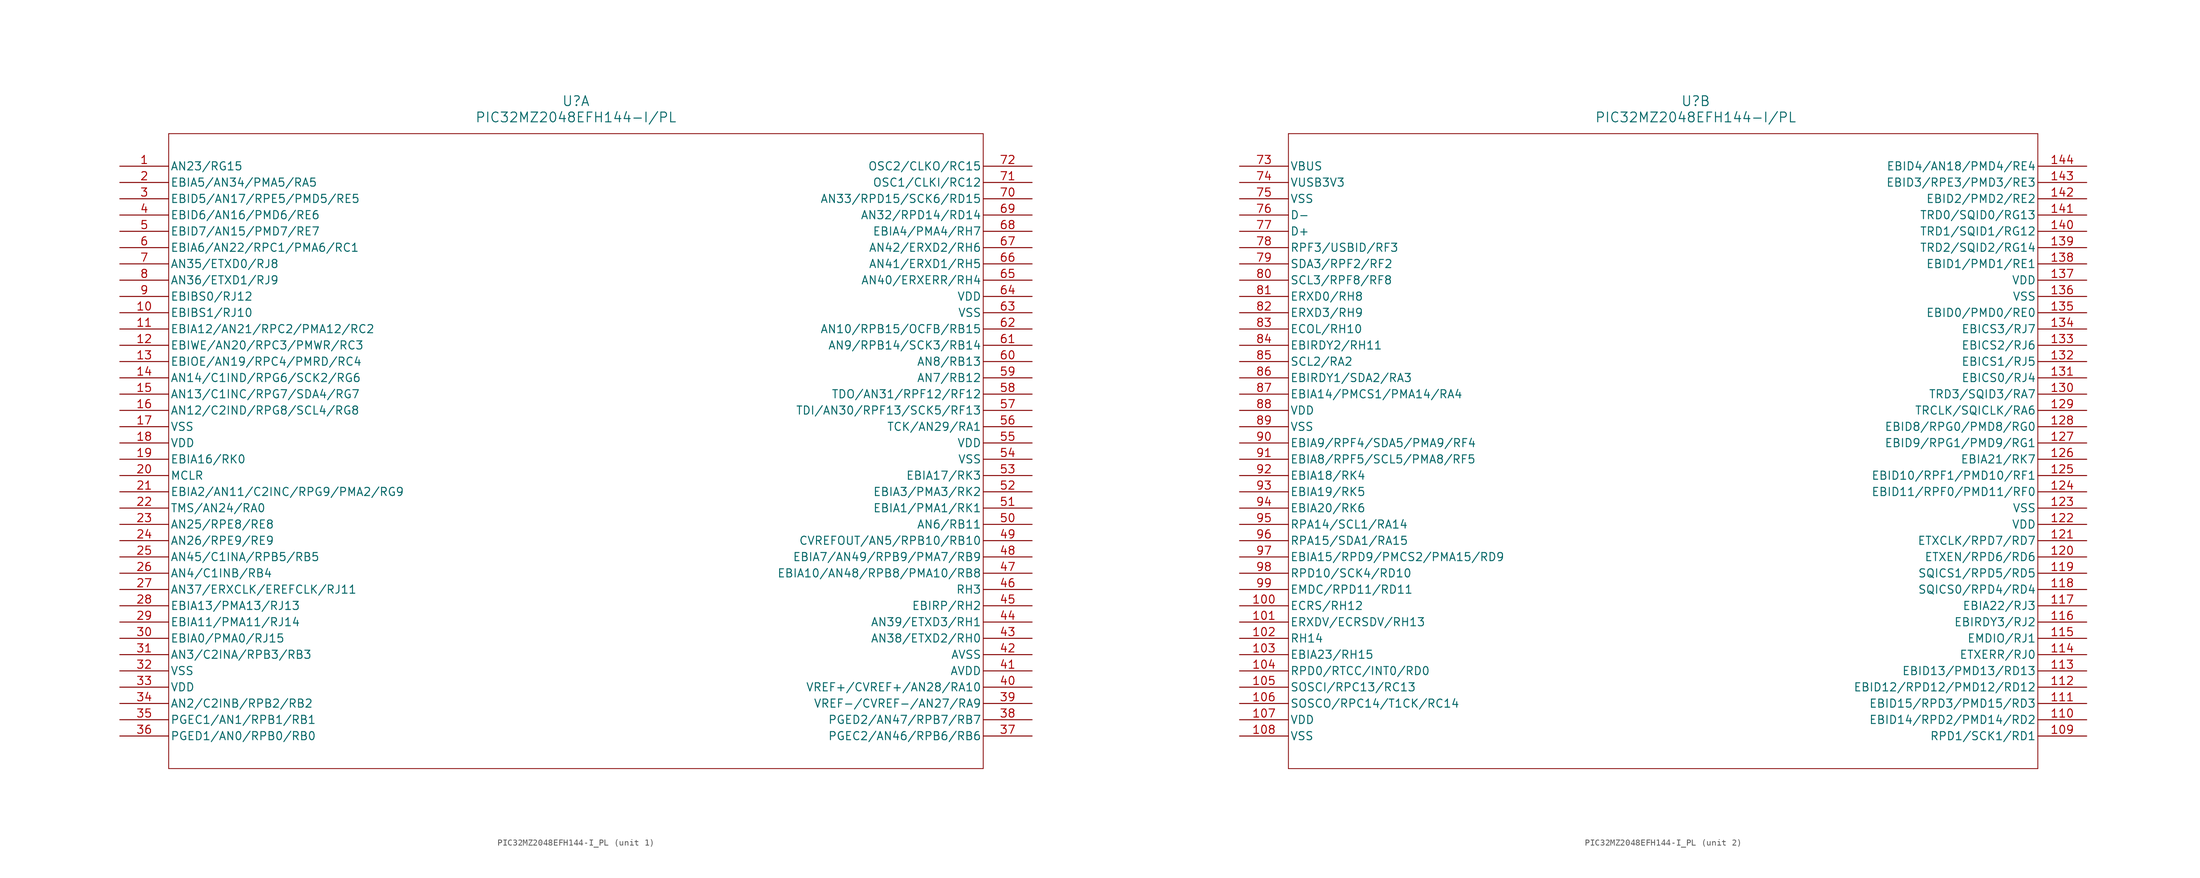
<source format=kicad_sym>
(kicad_symbol_lib
  (version 20211014)
  (generator kicad_symbol_editor)
  (symbol "PIC32MZ2048EFH144-I_PL"
    (pin_names
      (offset 0.254))
    (property "Reference" "U"
      (at 71.12 10.16 0)
      (effects (font (size 1.524 1.524))))
    (property "Value" "PIC32MZ2048EFH144-I/PL"
      (at 71.12 7.62 0)
      (effects (font (size 1.524 1.524))))
    (symbol "PIC32MZ2048EFH144-I_PL_1_1"
      (polyline (pts (xy 7.62 5.08) (xy 7.62 -93.98)) (stroke (width 0.127) (type default) (color 0 0 0 0)) (fill (type none)))
      (polyline (pts (xy 7.62 -93.98) (xy 134.62 -93.98)) (stroke (width 0.127) (type default) (color 0 0 0 0)) (fill (type none)))
      (polyline (pts (xy 134.62 -93.98) (xy 134.62 5.08)) (stroke (width 0.127) (type default) (color 0 0 0 0)) (fill (type none)))
      (polyline (pts (xy 134.62 5.08) (xy 7.62 5.08)) (stroke (width 0.127) (type default) (color 0 0 0 0)) (fill (type none)))
      (pin bidirectional line (at 0 0 0) (length 7.62) (name "AN23/RG15" (effects (font (size 1.27 1.27)))) (number "1" (effects (font (size 1.27 1.27)))))
      (pin bidirectional line (at 0 -2.54 0) (length 7.62) (name "EBIA5/AN34/PMA5/RA5" (effects (font (size 1.27 1.27)))) (number "2" (effects (font (size 1.27 1.27)))))
      (pin bidirectional line (at 0 -5.08 0) (length 7.62) (name "EBID5/AN17/RPE5/PMD5/RE5" (effects (font (size 1.27 1.27)))) (number "3" (effects (font (size 1.27 1.27)))))
      (pin bidirectional line (at 0 -7.62 0) (length 7.62) (name "EBID6/AN16/PMD6/RE6" (effects (font (size 1.27 1.27)))) (number "4" (effects (font (size 1.27 1.27)))))
      (pin bidirectional line (at 0 -10.16 0) (length 7.62) (name "EBID7/AN15/PMD7/RE7" (effects (font (size 1.27 1.27)))) (number "5" (effects (font (size 1.27 1.27)))))
      (pin bidirectional line (at 0 -12.7 0) (length 7.62) (name "EBIA6/AN22/RPC1/PMA6/RC1" (effects (font (size 1.27 1.27)))) (number "6" (effects (font (size 1.27 1.27)))))
      (pin bidirectional line (at 0 -15.24 0) (length 7.62) (name "AN35/ETXD0/RJ8" (effects (font (size 1.27 1.27)))) (number "7" (effects (font (size 1.27 1.27)))))
      (pin bidirectional line (at 0 -17.78 0) (length 7.62) (name "AN36/ETXD1/RJ9" (effects (font (size 1.27 1.27)))) (number "8" (effects (font (size 1.27 1.27)))))
      (pin bidirectional line (at 0 -20.32 0) (length 7.62) (name "EBIBS0/RJ12" (effects (font (size 1.27 1.27)))) (number "9" (effects (font (size 1.27 1.27)))))
      (pin bidirectional line (at 0 -22.86 0) (length 7.62) (name "EBIBS1/RJ10" (effects (font (size 1.27 1.27)))) (number "10" (effects (font (size 1.27 1.27)))))
      (pin bidirectional line (at 0 -25.4 0) (length 7.62) (name "EBIA12/AN21/RPC2/PMA12/RC2" (effects (font (size 1.27 1.27)))) (number "11" (effects (font (size 1.27 1.27)))))
      (pin unspecified line (at 0 -27.94 0) (length 7.62) (name "EBIWE/AN20/RPC3/PMWR/RC3" (effects (font (size 1.27 1.27)))) (number "12" (effects (font (size 1.27 1.27)))))
      (pin unspecified line (at 0 -30.48 0) (length 7.62) (name "EBIOE/AN19/RPC4/PMRD/RC4" (effects (font (size 1.27 1.27)))) (number "13" (effects (font (size 1.27 1.27)))))
      (pin input line (at 0 -33.02 0) (length 7.62) (name "AN14/C1IND/RPG6/SCK2/RG6" (effects (font (size 1.27 1.27)))) (number "14" (effects (font (size 1.27 1.27)))))
      (pin input line (at 0 -35.56 0) (length 7.62) (name "AN13/C1INC/RPG7/SDA4/RG7" (effects (font (size 1.27 1.27)))) (number "15" (effects (font (size 1.27 1.27)))))
      (pin input line (at 0 -38.1 0) (length 7.62) (name "AN12/C2IND/RPG8/SCL4/RG8" (effects (font (size 1.27 1.27)))) (number "16" (effects (font (size 1.27 1.27)))))
      (pin power_out line (at 0 -40.64 0) (length 7.62) (name "VSS" (effects (font (size 1.27 1.27)))) (number "17" (effects (font (size 1.27 1.27)))))
      (pin power_in line (at 0 -43.18 0) (length 7.62) (name "VDD" (effects (font (size 1.27 1.27)))) (number "18" (effects (font (size 1.27 1.27)))))
      (pin bidirectional line (at 0 -45.72 0) (length 7.62) (name "EBIA16/RK0" (effects (font (size 1.27 1.27)))) (number "19" (effects (font (size 1.27 1.27)))))
      (pin unspecified line (at 0 -48.26 0) (length 7.62) (name "MCLR" (effects (font (size 1.27 1.27)))) (number "20" (effects (font (size 1.27 1.27)))))
      (pin input line (at 0 -50.8 0) (length 7.62) (name "EBIA2/AN11/C2INC/RPG9/PMA2/RG9" (effects (font (size 1.27 1.27)))) (number "21" (effects (font (size 1.27 1.27)))))
      (pin unspecified line (at 0 -53.34 0) (length 7.62) (name "TMS/AN24/RA0" (effects (font (size 1.27 1.27)))) (number "22" (effects (font (size 1.27 1.27)))))
      (pin bidirectional line (at 0 -55.88 0) (length 7.62) (name "AN25/RPE8/RE8" (effects (font (size 1.27 1.27)))) (number "23" (effects (font (size 1.27 1.27)))))
      (pin bidirectional line (at 0 -58.42 0) (length 7.62) (name "AN26/RPE9/RE9" (effects (font (size 1.27 1.27)))) (number "24" (effects (font (size 1.27 1.27)))))
      (pin input line (at 0 -60.96 0) (length 7.62) (name "AN45/C1INA/RPB5/RB5" (effects (font (size 1.27 1.27)))) (number "25" (effects (font (size 1.27 1.27)))))
      (pin input line (at 0 -63.5 0) (length 7.62) (name "AN4/C1INB/RB4" (effects (font (size 1.27 1.27)))) (number "26" (effects (font (size 1.27 1.27)))))
      (pin bidirectional line (at 0 -66.04 0) (length 7.62) (name "AN37/ERXCLK/EREFCLK/RJ11" (effects (font (size 1.27 1.27)))) (number "27" (effects (font (size 1.27 1.27)))))
      (pin bidirectional line (at 0 -68.58 0) (length 7.62) (name "EBIA13/PMA13/RJ13" (effects (font (size 1.27 1.27)))) (number "28" (effects (font (size 1.27 1.27)))))
      (pin bidirectional line (at 0 -71.12 0) (length 7.62) (name "EBIA11/PMA11/RJ14" (effects (font (size 1.27 1.27)))) (number "29" (effects (font (size 1.27 1.27)))))
      (pin bidirectional line (at 0 -73.66 0) (length 7.62) (name "EBIA0/PMA0/RJ15" (effects (font (size 1.27 1.27)))) (number "30" (effects (font (size 1.27 1.27)))))
      (pin input line (at 0 -76.2 0) (length 7.62) (name "AN3/C2INA/RPB3/RB3" (effects (font (size 1.27 1.27)))) (number "31" (effects (font (size 1.27 1.27)))))
      (pin power_out line (at 0 -78.74 0) (length 7.62) (name "VSS" (effects (font (size 1.27 1.27)))) (number "32" (effects (font (size 1.27 1.27)))))
      (pin power_in line (at 0 -81.28 0) (length 7.62) (name "VDD" (effects (font (size 1.27 1.27)))) (number "33" (effects (font (size 1.27 1.27)))))
      (pin input line (at 0 -83.82 0) (length 7.62) (name "AN2/C2INB/RPB2/RB2" (effects (font (size 1.27 1.27)))) (number "34" (effects (font (size 1.27 1.27)))))
      (pin bidirectional line (at 0 -86.36 0) (length 7.62) (name "PGEC1/AN1/RPB1/RB1" (effects (font (size 1.27 1.27)))) (number "35" (effects (font (size 1.27 1.27)))))
      (pin bidirectional line (at 0 -88.9 0) (length 7.62) (name "PGED1/AN0/RPB0/RB0" (effects (font (size 1.27 1.27)))) (number "36" (effects (font (size 1.27 1.27)))))
      (pin bidirectional line (at 142.24 -88.9 180) (length 7.62) (name "PGEC2/AN46/RPB6/RB6" (effects (font (size 1.27 1.27)))) (number "37" (effects (font (size 1.27 1.27)))))
      (pin bidirectional line (at 142.24 -86.36 180) (length 7.62) (name "PGED2/AN47/RPB7/RB7" (effects (font (size 1.27 1.27)))) (number "38" (effects (font (size 1.27 1.27)))))
      (pin power_in line (at 142.24 -83.82 180) (length 7.62) (name "VREF-/CVREF-/AN27/RA9" (effects (font (size 1.27 1.27)))) (number "39" (effects (font (size 1.27 1.27)))))
      (pin power_in line (at 142.24 -81.28 180) (length 7.62) (name "VREF+/CVREF+/AN28/RA10" (effects (font (size 1.27 1.27)))) (number "40" (effects (font (size 1.27 1.27)))))
      (pin power_in line (at 142.24 -78.74 180) (length 7.62) (name "AVDD" (effects (font (size 1.27 1.27)))) (number "41" (effects (font (size 1.27 1.27)))))
      (pin power_out line (at 142.24 -76.2 180) (length 7.62) (name "AVSS" (effects (font (size 1.27 1.27)))) (number "42" (effects (font (size 1.27 1.27)))))
      (pin bidirectional line (at 142.24 -73.66 180) (length 7.62) (name "AN38/ETXD2/RH0" (effects (font (size 1.27 1.27)))) (number "43" (effects (font (size 1.27 1.27)))))
      (pin bidirectional line (at 142.24 -71.12 180) (length 7.62) (name "AN39/ETXD3/RH1" (effects (font (size 1.27 1.27)))) (number "44" (effects (font (size 1.27 1.27)))))
      (pin unspecified line (at 142.24 -68.58 180) (length 7.62) (name "EBIRP/RH2" (effects (font (size 1.27 1.27)))) (number "45" (effects (font (size 1.27 1.27)))))
      (pin bidirectional line (at 142.24 -66.04 180) (length 7.62) (name "RH3" (effects (font (size 1.27 1.27)))) (number "46" (effects (font (size 1.27 1.27)))))
      (pin bidirectional line (at 142.24 -63.5 180) (length 7.62) (name "EBIA10/AN48/RPB8/PMA10/RB8" (effects (font (size 1.27 1.27)))) (number "47" (effects (font (size 1.27 1.27)))))
      (pin bidirectional line (at 142.24 -60.96 180) (length 7.62) (name "EBIA7/AN49/RPB9/PMA7/RB9" (effects (font (size 1.27 1.27)))) (number "48" (effects (font (size 1.27 1.27)))))
      (pin output line (at 142.24 -58.42 180) (length 7.62) (name "CVREFOUT/AN5/RPB10/RB10" (effects (font (size 1.27 1.27)))) (number "49" (effects (font (size 1.27 1.27)))))
      (pin bidirectional line (at 142.24 -55.88 180) (length 7.62) (name "AN6/RB11" (effects (font (size 1.27 1.27)))) (number "50" (effects (font (size 1.27 1.27)))))
      (pin bidirectional line (at 142.24 -53.34 180) (length 7.62) (name "EBIA1/PMA1/RK1" (effects (font (size 1.27 1.27)))) (number "51" (effects (font (size 1.27 1.27)))))
      (pin bidirectional line (at 142.24 -50.8 180) (length 7.62) (name "EBIA3/PMA3/RK2" (effects (font (size 1.27 1.27)))) (number "52" (effects (font (size 1.27 1.27)))))
      (pin bidirectional line (at 142.24 -48.26 180) (length 7.62) (name "EBIA17/RK3" (effects (font (size 1.27 1.27)))) (number "53" (effects (font (size 1.27 1.27)))))
      (pin power_out line (at 142.24 -45.72 180) (length 7.62) (name "VSS" (effects (font (size 1.27 1.27)))) (number "54" (effects (font (size 1.27 1.27)))))
      (pin power_in line (at 142.24 -43.18 180) (length 7.62) (name "VDD" (effects (font (size 1.27 1.27)))) (number "55" (effects (font (size 1.27 1.27)))))
      (pin unspecified line (at 142.24 -40.64 180) (length 7.62) (name "TCK/AN29/RA1" (effects (font (size 1.27 1.27)))) (number "56" (effects (font (size 1.27 1.27)))))
      (pin unspecified line (at 142.24 -38.1 180) (length 7.62) (name "TDI/AN30/RPF13/SCK5/RF13" (effects (font (size 1.27 1.27)))) (number "57" (effects (font (size 1.27 1.27)))))
      (pin unspecified line (at 142.24 -35.56 180) (length 7.62) (name "TDO/AN31/RPF12/RF12" (effects (font (size 1.27 1.27)))) (number "58" (effects (font (size 1.27 1.27)))))
      (pin bidirectional line (at 142.24 -33.02 180) (length 7.62) (name "AN7/RB12" (effects (font (size 1.27 1.27)))) (number "59" (effects (font (size 1.27 1.27)))))
      (pin bidirectional line (at 142.24 -30.48 180) (length 7.62) (name "AN8/RB13" (effects (font (size 1.27 1.27)))) (number "60" (effects (font (size 1.27 1.27)))))
      (pin bidirectional line (at 142.24 -27.94 180) (length 7.62) (name "AN9/RPB14/SCK3/RB14" (effects (font (size 1.27 1.27)))) (number "61" (effects (font (size 1.27 1.27)))))
      (pin bidirectional line (at 142.24 -25.4 180) (length 7.62) (name "AN10/RPB15/OCFB/RB15" (effects (font (size 1.27 1.27)))) (number "62" (effects (font (size 1.27 1.27)))))
      (pin power_out line (at 142.24 -22.86 180) (length 7.62) (name "VSS" (effects (font (size 1.27 1.27)))) (number "63" (effects (font (size 1.27 1.27)))))
      (pin power_in line (at 142.24 -20.32 180) (length 7.62) (name "VDD" (effects (font (size 1.27 1.27)))) (number "64" (effects (font (size 1.27 1.27)))))
      (pin bidirectional line (at 142.24 -17.78 180) (length 7.62) (name "AN40/ERXERR/RH4" (effects (font (size 1.27 1.27)))) (number "65" (effects (font (size 1.27 1.27)))))
      (pin bidirectional line (at 142.24 -15.24 180) (length 7.62) (name "AN41/ERXD1/RH5" (effects (font (size 1.27 1.27)))) (number "66" (effects (font (size 1.27 1.27)))))
      (pin bidirectional line (at 142.24 -12.7 180) (length 7.62) (name "AN42/ERXD2/RH6" (effects (font (size 1.27 1.27)))) (number "67" (effects (font (size 1.27 1.27)))))
      (pin bidirectional line (at 142.24 -10.16 180) (length 7.62) (name "EBIA4/PMA4/RH7" (effects (font (size 1.27 1.27)))) (number "68" (effects (font (size 1.27 1.27)))))
      (pin bidirectional line (at 142.24 -7.62 180) (length 7.62) (name "AN32/RPD14/RD14" (effects (font (size 1.27 1.27)))) (number "69" (effects (font (size 1.27 1.27)))))
      (pin bidirectional line (at 142.24 -5.08 180) (length 7.62) (name "AN33/RPD15/SCK6/RD15" (effects (font (size 1.27 1.27)))) (number "70" (effects (font (size 1.27 1.27)))))
      (pin bidirectional line (at 142.24 -2.54 180) (length 7.62) (name "OSC1/CLKI/RC12" (effects (font (size 1.27 1.27)))) (number "71" (effects (font (size 1.27 1.27)))))
      (pin bidirectional line (at 142.24 0 180) (length 7.62) (name "OSC2/CLKO/RC15" (effects (font (size 1.27 1.27)))) (number "72" (effects (font (size 1.27 1.27))))))
    (symbol "PIC32MZ2048EFH144-I_PL_2_1"
      (polyline (pts (xy 7.62 5.08) (xy 7.62 -93.98)) (stroke (width 0.127) (type default) (color 0 0 0 0)) (fill (type none)))
      (polyline (pts (xy 7.62 -93.98) (xy 124.46 -93.98)) (stroke (width 0.127) (type default) (color 0 0 0 0)) (fill (type none)))
      (polyline (pts (xy 124.46 -93.98) (xy 124.46 5.08)) (stroke (width 0.127) (type default) (color 0 0 0 0)) (fill (type none)))
      (polyline (pts (xy 124.46 5.08) (xy 7.62 5.08)) (stroke (width 0.127) (type default) (color 0 0 0 0)) (fill (type none)))
      (pin unspecified line (at 0 0 0) (length 7.62) (name "VBUS" (effects (font (size 1.27 1.27)))) (number "73" (effects (font (size 1.27 1.27)))))
      (pin unspecified line (at 0 -2.54 0) (length 7.62) (name "VUSB3V3" (effects (font (size 1.27 1.27)))) (number "74" (effects (font (size 1.27 1.27)))))
      (pin power_out line (at 0 -5.08 0) (length 7.62) (name "VSS" (effects (font (size 1.27 1.27)))) (number "75" (effects (font (size 1.27 1.27)))))
      (pin unspecified line (at 0 -7.62 0) (length 7.62) (name "D-" (effects (font (size 1.27 1.27)))) (number "76" (effects (font (size 1.27 1.27)))))
      (pin unspecified line (at 0 -10.16 0) (length 7.62) (name "D+" (effects (font (size 1.27 1.27)))) (number "77" (effects (font (size 1.27 1.27)))))
      (pin unspecified line (at 0 -12.7 0) (length 7.62) (name "RPF3/USBID/RF3" (effects (font (size 1.27 1.27)))) (number "78" (effects (font (size 1.27 1.27)))))
      (pin unspecified line (at 0 -15.24 0) (length 7.62) (name "SDA3/RPF2/RF2" (effects (font (size 1.27 1.27)))) (number "79" (effects (font (size 1.27 1.27)))))
      (pin bidirectional line (at 0 -17.78 0) (length 7.62) (name "SCL3/RPF8/RF8" (effects (font (size 1.27 1.27)))) (number "80" (effects (font (size 1.27 1.27)))))
      (pin bidirectional line (at 0 -20.32 0) (length 7.62) (name "ERXD0/RH8" (effects (font (size 1.27 1.27)))) (number "81" (effects (font (size 1.27 1.27)))))
      (pin bidirectional line (at 0 -22.86 0) (length 7.62) (name "ERXD3/RH9" (effects (font (size 1.27 1.27)))) (number "82" (effects (font (size 1.27 1.27)))))
      (pin unspecified line (at 0 -25.4 0) (length 7.62) (name "ECOL/RH10" (effects (font (size 1.27 1.27)))) (number "83" (effects (font (size 1.27 1.27)))))
      (pin bidirectional line (at 0 -27.94 0) (length 7.62) (name "EBIRDY2/RH11" (effects (font (size 1.27 1.27)))) (number "84" (effects (font (size 1.27 1.27)))))
      (pin bidirectional line (at 0 -30.48 0) (length 7.62) (name "SCL2/RA2" (effects (font (size 1.27 1.27)))) (number "85" (effects (font (size 1.27 1.27)))))
      (pin bidirectional line (at 0 -33.02 0) (length 7.62) (name "EBIRDY1/SDA2/RA3" (effects (font (size 1.27 1.27)))) (number "86" (effects (font (size 1.27 1.27)))))
      (pin bidirectional line (at 0 -35.56 0) (length 7.62) (name "EBIA14/PMCS1/PMA14/RA4" (effects (font (size 1.27 1.27)))) (number "87" (effects (font (size 1.27 1.27)))))
      (pin power_in line (at 0 -38.1 0) (length 7.62) (name "VDD" (effects (font (size 1.27 1.27)))) (number "88" (effects (font (size 1.27 1.27)))))
      (pin power_out line (at 0 -40.64 0) (length 7.62) (name "VSS" (effects (font (size 1.27 1.27)))) (number "89" (effects (font (size 1.27 1.27)))))
      (pin bidirectional line (at 0 -43.18 0) (length 7.62) (name "EBIA9/RPF4/SDA5/PMA9/RF4" (effects (font (size 1.27 1.27)))) (number "90" (effects (font (size 1.27 1.27)))))
      (pin bidirectional line (at 0 -45.72 0) (length 7.62) (name "EBIA8/RPF5/SCL5/PMA8/RF5" (effects (font (size 1.27 1.27)))) (number "91" (effects (font (size 1.27 1.27)))))
      (pin bidirectional line (at 0 -48.26 0) (length 7.62) (name "EBIA18/RK4" (effects (font (size 1.27 1.27)))) (number "92" (effects (font (size 1.27 1.27)))))
      (pin bidirectional line (at 0 -50.8 0) (length 7.62) (name "EBIA19/RK5" (effects (font (size 1.27 1.27)))) (number "93" (effects (font (size 1.27 1.27)))))
      (pin bidirectional line (at 0 -53.34 0) (length 7.62) (name "EBIA20/RK6" (effects (font (size 1.27 1.27)))) (number "94" (effects (font (size 1.27 1.27)))))
      (pin bidirectional line (at 0 -55.88 0) (length 7.62) (name "RPA14/SCL1/RA14" (effects (font (size 1.27 1.27)))) (number "95" (effects (font (size 1.27 1.27)))))
      (pin bidirectional line (at 0 -58.42 0) (length 7.62) (name "RPA15/SDA1/RA15" (effects (font (size 1.27 1.27)))) (number "96" (effects (font (size 1.27 1.27)))))
      (pin bidirectional line (at 0 -60.96 0) (length 7.62) (name "EBIA15/RPD9/PMCS2/PMA15/RD9" (effects (font (size 1.27 1.27)))) (number "97" (effects (font (size 1.27 1.27)))))
      (pin bidirectional line (at 0 -63.5 0) (length 7.62) (name "RPD10/SCK4/RD10" (effects (font (size 1.27 1.27)))) (number "98" (effects (font (size 1.27 1.27)))))
      (pin bidirectional line (at 0 -66.04 0) (length 7.62) (name "EMDC/RPD11/RD11" (effects (font (size 1.27 1.27)))) (number "99" (effects (font (size 1.27 1.27)))))
      (pin unspecified line (at 0 -68.58 0) (length 7.62) (name "ECRS/RH12" (effects (font (size 1.27 1.27)))) (number "100" (effects (font (size 1.27 1.27)))))
      (pin unspecified line (at 0 -71.12 0) (length 7.62) (name "ERXDV/ECRSDV/RH13" (effects (font (size 1.27 1.27)))) (number "101" (effects (font (size 1.27 1.27)))))
      (pin bidirectional line (at 0 -73.66 0) (length 7.62) (name "RH14" (effects (font (size 1.27 1.27)))) (number "102" (effects (font (size 1.27 1.27)))))
      (pin bidirectional line (at 0 -76.2 0) (length 7.62) (name "EBIA23/RH15" (effects (font (size 1.27 1.27)))) (number "103" (effects (font (size 1.27 1.27)))))
      (pin bidirectional line (at 0 -78.74 0) (length 7.62) (name "RPD0/RTCC/INT0/RD0" (effects (font (size 1.27 1.27)))) (number "104" (effects (font (size 1.27 1.27)))))
      (pin unspecified line (at 0 -81.28 0) (length 7.62) (name "SOSCI/RPC13/RC13" (effects (font (size 1.27 1.27)))) (number "105" (effects (font (size 1.27 1.27)))))
      (pin unspecified line (at 0 -83.82 0) (length 7.62) (name "SOSCO/RPC14/T1CK/RC14" (effects (font (size 1.27 1.27)))) (number "106" (effects (font (size 1.27 1.27)))))
      (pin power_in line (at 0 -86.36 0) (length 7.62) (name "VDD" (effects (font (size 1.27 1.27)))) (number "107" (effects (font (size 1.27 1.27)))))
      (pin power_out line (at 0 -88.9 0) (length 7.62) (name "VSS" (effects (font (size 1.27 1.27)))) (number "108" (effects (font (size 1.27 1.27)))))
      (pin bidirectional line (at 132.08 -88.9 180) (length 7.62) (name "RPD1/SCK1/RD1" (effects (font (size 1.27 1.27)))) (number "109" (effects (font (size 1.27 1.27)))))
      (pin bidirectional line (at 132.08 -86.36 180) (length 7.62) (name "EBID14/RPD2/PMD14/RD2" (effects (font (size 1.27 1.27)))) (number "110" (effects (font (size 1.27 1.27)))))
      (pin bidirectional line (at 132.08 -83.82 180) (length 7.62) (name "EBID15/RPD3/PMD15/RD3" (effects (font (size 1.27 1.27)))) (number "111" (effects (font (size 1.27 1.27)))))
      (pin bidirectional line (at 132.08 -81.28 180) (length 7.62) (name "EBID12/RPD12/PMD12/RD12" (effects (font (size 1.27 1.27)))) (number "112" (effects (font (size 1.27 1.27)))))
      (pin bidirectional line (at 132.08 -78.74 180) (length 7.62) (name "EBID13/PMD13/RD13" (effects (font (size 1.27 1.27)))) (number "113" (effects (font (size 1.27 1.27)))))
      (pin unspecified line (at 132.08 -76.2 180) (length 7.62) (name "ETXERR/RJ0" (effects (font (size 1.27 1.27)))) (number "114" (effects (font (size 1.27 1.27)))))
      (pin unspecified line (at 132.08 -73.66 180) (length 7.62) (name "EMDIO/RJ1" (effects (font (size 1.27 1.27)))) (number "115" (effects (font (size 1.27 1.27)))))
      (pin bidirectional line (at 132.08 -71.12 180) (length 7.62) (name "EBIRDY3/RJ2" (effects (font (size 1.27 1.27)))) (number "116" (effects (font (size 1.27 1.27)))))
      (pin bidirectional line (at 132.08 -68.58 180) (length 7.62) (name "EBIA22/RJ3" (effects (font (size 1.27 1.27)))) (number "117" (effects (font (size 1.27 1.27)))))
      (pin bidirectional line (at 132.08 -66.04 180) (length 7.62) (name "SQICS0/RPD4/RD4" (effects (font (size 1.27 1.27)))) (number "118" (effects (font (size 1.27 1.27)))))
      (pin bidirectional line (at 132.08 -63.5 180) (length 7.62) (name "SQICS1/RPD5/RD5" (effects (font (size 1.27 1.27)))) (number "119" (effects (font (size 1.27 1.27)))))
      (pin bidirectional line (at 132.08 -60.96 180) (length 7.62) (name "ETXEN/RPD6/RD6" (effects (font (size 1.27 1.27)))) (number "120" (effects (font (size 1.27 1.27)))))
      (pin bidirectional line (at 132.08 -58.42 180) (length 7.62) (name "ETXCLK/RPD7/RD7" (effects (font (size 1.27 1.27)))) (number "121" (effects (font (size 1.27 1.27)))))
      (pin power_in line (at 132.08 -55.88 180) (length 7.62) (name "VDD" (effects (font (size 1.27 1.27)))) (number "122" (effects (font (size 1.27 1.27)))))
      (pin power_out line (at 132.08 -53.34 180) (length 7.62) (name "VSS" (effects (font (size 1.27 1.27)))) (number "123" (effects (font (size 1.27 1.27)))))
      (pin bidirectional line (at 132.08 -50.8 180) (length 7.62) (name "EBID11/RPF0/PMD11/RF0" (effects (font (size 1.27 1.27)))) (number "124" (effects (font (size 1.27 1.27)))))
      (pin bidirectional line (at 132.08 -48.26 180) (length 7.62) (name "EBID10/RPF1/PMD10/RF1" (effects (font (size 1.27 1.27)))) (number "125" (effects (font (size 1.27 1.27)))))
      (pin bidirectional line (at 132.08 -45.72 180) (length 7.62) (name "EBIA21/RK7" (effects (font (size 1.27 1.27)))) (number "126" (effects (font (size 1.27 1.27)))))
      (pin bidirectional line (at 132.08 -43.18 180) (length 7.62) (name "EBID9/RPG1/PMD9/RG1" (effects (font (size 1.27 1.27)))) (number "127" (effects (font (size 1.27 1.27)))))
      (pin bidirectional line (at 132.08 -40.64 180) (length 7.62) (name "EBID8/RPG0/PMD8/RG0" (effects (font (size 1.27 1.27)))) (number "128" (effects (font (size 1.27 1.27)))))
      (pin unspecified line (at 132.08 -38.1 180) (length 7.62) (name "TRCLK/SQICLK/RA6" (effects (font (size 1.27 1.27)))) (number "129" (effects (font (size 1.27 1.27)))))
      (pin bidirectional line (at 132.08 -35.56 180) (length 7.62) (name "TRD3/SQID3/RA7" (effects (font (size 1.27 1.27)))) (number "130" (effects (font (size 1.27 1.27)))))
      (pin bidirectional line (at 132.08 -33.02 180) (length 7.62) (name "EBICS0/RJ4" (effects (font (size 1.27 1.27)))) (number "131" (effects (font (size 1.27 1.27)))))
      (pin bidirectional line (at 132.08 -30.48 180) (length 7.62) (name "EBICS1/RJ5" (effects (font (size 1.27 1.27)))) (number "132" (effects (font (size 1.27 1.27)))))
      (pin bidirectional line (at 132.08 -27.94 180) (length 7.62) (name "EBICS2/RJ6" (effects (font (size 1.27 1.27)))) (number "133" (effects (font (size 1.27 1.27)))))
      (pin bidirectional line (at 132.08 -25.4 180) (length 7.62) (name "EBICS3/RJ7" (effects (font (size 1.27 1.27)))) (number "134" (effects (font (size 1.27 1.27)))))
      (pin bidirectional line (at 132.08 -22.86 180) (length 7.62) (name "EBID0/PMD0/RE0" (effects (font (size 1.27 1.27)))) (number "135" (effects (font (size 1.27 1.27)))))
      (pin power_out line (at 132.08 -20.32 180) (length 7.62) (name "VSS" (effects (font (size 1.27 1.27)))) (number "136" (effects (font (size 1.27 1.27)))))
      (pin power_in line (at 132.08 -17.78 180) (length 7.62) (name "VDD" (effects (font (size 1.27 1.27)))) (number "137" (effects (font (size 1.27 1.27)))))
      (pin bidirectional line (at 132.08 -15.24 180) (length 7.62) (name "EBID1/PMD1/RE1" (effects (font (size 1.27 1.27)))) (number "138" (effects (font (size 1.27 1.27)))))
      (pin bidirectional line (at 132.08 -12.7 180) (length 7.62) (name "TRD2/SQID2/RG14" (effects (font (size 1.27 1.27)))) (number "139" (effects (font (size 1.27 1.27)))))
      (pin bidirectional line (at 132.08 -10.16 180) (length 7.62) (name "TRD1/SQID1/RG12" (effects (font (size 1.27 1.27)))) (number "140" (effects (font (size 1.27 1.27)))))
      (pin bidirectional line (at 132.08 -7.62 180) (length 7.62) (name "TRD0/SQID0/RG13" (effects (font (size 1.27 1.27)))) (number "141" (effects (font (size 1.27 1.27)))))
      (pin bidirectional line (at 132.08 -5.08 180) (length 7.62) (name "EBID2/PMD2/RE2" (effects (font (size 1.27 1.27)))) (number "142" (effects (font (size 1.27 1.27)))))
      (pin bidirectional line (at 132.08 -2.54 180) (length 7.62) (name "EBID3/RPE3/PMD3/RE3" (effects (font (size 1.27 1.27)))) (number "143" (effects (font (size 1.27 1.27)))))
      (pin bidirectional line (at 132.08 0 180) (length 7.62) (name "EBID4/AN18/PMD4/RE4" (effects (font (size 1.27 1.27)))) (number "144" (effects (font (size 1.27 1.27))))))))
</source>
